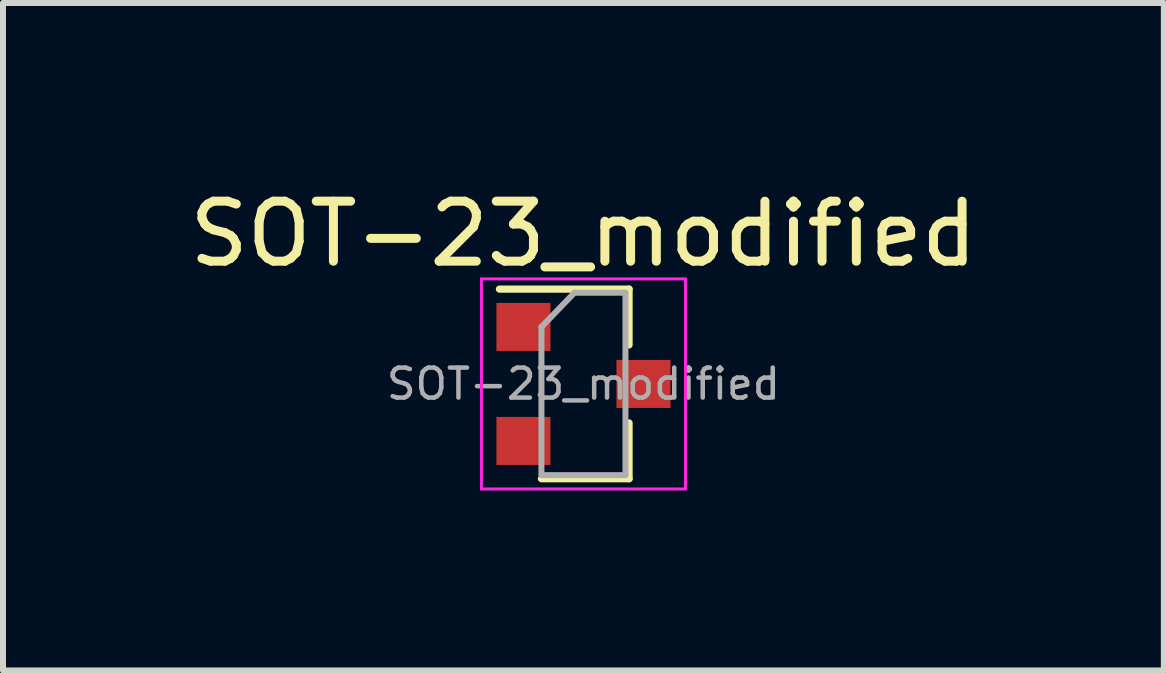
<source format=kicad_pcb>
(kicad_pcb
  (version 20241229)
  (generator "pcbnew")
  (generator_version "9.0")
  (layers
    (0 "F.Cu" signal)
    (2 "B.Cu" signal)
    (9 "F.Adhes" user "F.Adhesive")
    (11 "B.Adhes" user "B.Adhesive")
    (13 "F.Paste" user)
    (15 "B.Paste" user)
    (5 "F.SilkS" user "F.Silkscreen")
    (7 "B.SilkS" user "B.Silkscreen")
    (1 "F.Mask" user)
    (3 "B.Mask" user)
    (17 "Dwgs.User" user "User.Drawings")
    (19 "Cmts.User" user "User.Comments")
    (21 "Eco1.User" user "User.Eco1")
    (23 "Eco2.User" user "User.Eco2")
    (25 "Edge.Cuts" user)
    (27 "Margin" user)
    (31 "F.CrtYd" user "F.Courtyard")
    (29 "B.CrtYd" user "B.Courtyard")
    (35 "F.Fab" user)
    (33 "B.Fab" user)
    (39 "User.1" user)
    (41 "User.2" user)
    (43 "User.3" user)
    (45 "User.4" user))
  (footprint "SOT-23_modified"
    (layer "F.Cu")
    (at 6.673 3.348)
    (property "Reference" "SOT-23_modified" (at 0 -2.5 0) (layer "F.SilkS") (effects (font (size 1 1) (thickness 0.15))))
    (attr smd)
    (fp_line (start 0.76 -1.58) (end -1.4 -1.58) (stroke (width 0.12) (type solid)) (layer "F.SilkS"))
    (fp_line (start 0.76 -1.58) (end 0.76 -0.65) (stroke (width 0.12) (type solid)) (layer "F.SilkS"))
    (fp_line (start 0.76 1.58) (end -0.7 1.58) (stroke (width 0.12) (type solid)) (layer "F.SilkS"))
    (fp_line (start 0.76 1.58) (end 0.76 0.65) (stroke (width 0.12) (type solid)) (layer "F.SilkS"))
    (fp_line (start -1.7 -1.75) (end 1.7 -1.75) (stroke (width 0.05) (type solid)) (layer "F.CrtYd"))
    (fp_line (start -1.7 1.75) (end -1.7 -1.75) (stroke (width 0.05) (type solid)) (layer "F.CrtYd"))
    (fp_line (start 1.7 -1.75) (end 1.7 1.75) (stroke (width 0.05) (type solid)) (layer "F.CrtYd"))
    (fp_line (start 1.7 1.75) (end -1.7 1.75) (stroke (width 0.05) (type solid)) (layer "F.CrtYd"))
    (fp_line (start -0.7 -0.95) (end -0.7 1.5) (stroke (width 0.1) (type solid)) (layer "F.Fab"))
    (fp_line (start -0.7 -0.95) (end -0.15 -1.52) (stroke (width 0.1) (type solid)) (layer "F.Fab"))
    (fp_line (start -0.7 1.52) (end 0.7 1.52) (stroke (width 0.1) (type solid)) (layer "F.Fab"))
    (fp_line (start -0.15 -1.52) (end 0.7 -1.52) (stroke (width 0.1) (type solid)) (layer "F.Fab"))
    (fp_line (start 0.7 -1.52) (end 0.7 1.52) (stroke (width 0.1) (type solid)) (layer "F.Fab"))
    (fp_text user "${REFERENCE}" (at 0 0 180) (layer "F.Fab") (effects (font (size 0.5 0.5) (thickness 0.075))))
    (pad "1" smd rect (at -1 0.95) (size 0.9 0.8) (layers "F.Cu" "F.Mask" "F.Paste"))
    (pad "2" smd rect (at -1 -0.95) (size 0.9 0.8) (layers "F.Cu" "F.Mask" "F.Paste"))
    (pad "3" smd rect (at 1 0) (size 0.9 0.8) (layers "F.Cu" "F.Mask" "F.Paste")))
  (gr_rect
    (start -3 -3)
    (end 16.345 8.123)
    (stroke (width 0.1) (type default))
    (fill no)
    (layer "Edge.Cuts")))
</source>
